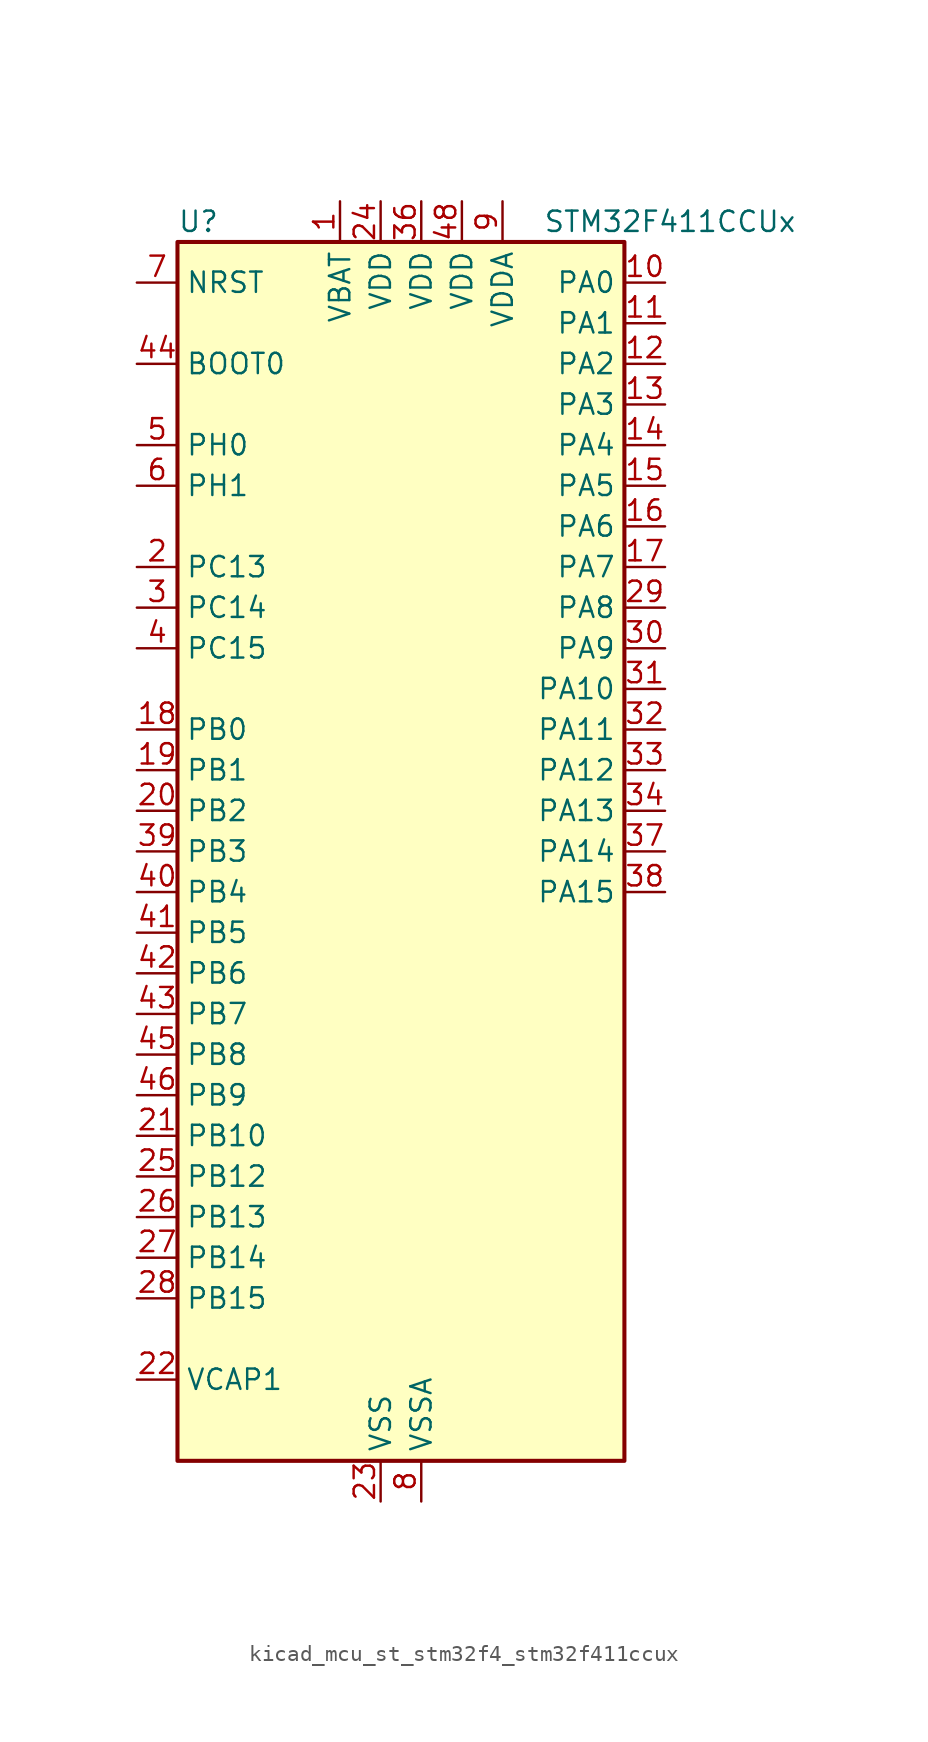
<source format=kicad_sym>
(kicad_symbol_lib
  (version 20220914)
  (generator kicad_symbol_editor)
  (symbol "kicad_mcu_st_stm32f4_stm32f411ccux"
    (property "Reference" "U"
      (at -12.7 39.37 0)
      (effects (font (size 1.27 1.27)) (justify left)))
    (property "Value" "STM32F411CCUx"
      (at 10.16 39.37 0)
      (effects (font (size 1.27 1.27)) (justify left)))
    (property "ki_locked" ""
      (at 0 0 0)
      (effects (font (size 1.27 1.27))))
    (symbol "kicad_mcu_st_stm32f4_stm32f411ccux_0_1"
      (rectangle (start -12.7 -38.1) (end 15.24 38.1) (stroke (width 0.254) (type default)) (fill (type background))))
    (symbol "kicad_mcu_st_stm32f4_stm32f411ccux_1_1"
      (pin power_in line (at -2.54 40.64 270) (length 2.54) (name "VBAT" (effects (font (size 1.27 1.27)))) (number "1" (effects (font (size 1.27 1.27)))))
      (pin bidirectional line (at 17.78 35.56 180) (length 2.54) (name "PA0" (effects (font (size 1.27 1.27)))) (number "10" (effects (font (size 1.27 1.27)))) (alternate "ADC1_IN0" bidirectional line) (alternate "SYS_WKUP" bidirectional line) (alternate "TIM2_CH1" bidirectional line) (alternate "TIM2_ETR" bidirectional line) (alternate "TIM5_CH1" bidirectional line) (alternate "USART2_CTS" bidirectional line))
      (pin bidirectional line (at 17.78 33.02 180) (length 2.54) (name "PA1" (effects (font (size 1.27 1.27)))) (number "11" (effects (font (size 1.27 1.27)))) (alternate "ADC1_IN1" bidirectional line) (alternate "I2S4_SD" bidirectional line) (alternate "SPI4_MOSI" bidirectional line) (alternate "TIM2_CH2" bidirectional line) (alternate "TIM5_CH2" bidirectional line) (alternate "USART2_RTS" bidirectional line))
      (pin bidirectional line (at 17.78 30.48 180) (length 2.54) (name "PA2" (effects (font (size 1.27 1.27)))) (number "12" (effects (font (size 1.27 1.27)))) (alternate "ADC1_IN2" bidirectional line) (alternate "I2S_CKIN" bidirectional line) (alternate "TIM2_CH3" bidirectional line) (alternate "TIM5_CH3" bidirectional line) (alternate "TIM9_CH1" bidirectional line) (alternate "USART2_TX" bidirectional line))
      (pin bidirectional line (at 17.78 27.94 180) (length 2.54) (name "PA3" (effects (font (size 1.27 1.27)))) (number "13" (effects (font (size 1.27 1.27)))) (alternate "ADC1_IN3" bidirectional line) (alternate "I2S2_MCK" bidirectional line) (alternate "TIM2_CH4" bidirectional line) (alternate "TIM5_CH4" bidirectional line) (alternate "TIM9_CH2" bidirectional line) (alternate "USART2_RX" bidirectional line))
      (pin bidirectional line (at 17.78 25.4 180) (length 2.54) (name "PA4" (effects (font (size 1.27 1.27)))) (number "14" (effects (font (size 1.27 1.27)))) (alternate "ADC1_IN4" bidirectional line) (alternate "I2S1_WS" bidirectional line) (alternate "I2S3_WS" bidirectional line) (alternate "SPI1_NSS" bidirectional line) (alternate "SPI3_NSS" bidirectional line) (alternate "USART2_CK" bidirectional line))
      (pin bidirectional line (at 17.78 22.86 180) (length 2.54) (name "PA5" (effects (font (size 1.27 1.27)))) (number "15" (effects (font (size 1.27 1.27)))) (alternate "ADC1_IN5" bidirectional line) (alternate "I2S1_CK" bidirectional line) (alternate "SPI1_SCK" bidirectional line) (alternate "TIM2_CH1" bidirectional line) (alternate "TIM2_ETR" bidirectional line))
      (pin bidirectional line (at 17.78 20.32 180) (length 2.54) (name "PA6" (effects (font (size 1.27 1.27)))) (number "16" (effects (font (size 1.27 1.27)))) (alternate "ADC1_IN6" bidirectional line) (alternate "I2S2_MCK" bidirectional line) (alternate "SDIO_CMD" bidirectional line) (alternate "SPI1_MISO" bidirectional line) (alternate "TIM1_BKIN" bidirectional line) (alternate "TIM3_CH1" bidirectional line))
      (pin bidirectional line (at 17.78 17.78 180) (length 2.54) (name "PA7" (effects (font (size 1.27 1.27)))) (number "17" (effects (font (size 1.27 1.27)))) (alternate "ADC1_IN7" bidirectional line) (alternate "I2S1_SD" bidirectional line) (alternate "SPI1_MOSI" bidirectional line) (alternate "TIM1_CH1N" bidirectional line) (alternate "TIM3_CH2" bidirectional line))
      (pin bidirectional line (at -15.24 7.62 0) (length 2.54) (name "PB0" (effects (font (size 1.27 1.27)))) (number "18" (effects (font (size 1.27 1.27)))) (alternate "ADC1_IN8" bidirectional line) (alternate "I2S5_CK" bidirectional line) (alternate "SPI5_SCK" bidirectional line) (alternate "TIM1_CH2N" bidirectional line) (alternate "TIM3_CH3" bidirectional line))
      (pin bidirectional line (at -15.24 5.08 0) (length 2.54) (name "PB1" (effects (font (size 1.27 1.27)))) (number "19" (effects (font (size 1.27 1.27)))) (alternate "ADC1_IN9" bidirectional line) (alternate "I2S5_WS" bidirectional line) (alternate "SPI5_NSS" bidirectional line) (alternate "TIM1_CH3N" bidirectional line) (alternate "TIM3_CH4" bidirectional line))
      (pin bidirectional line (at -15.24 17.78 0) (length 2.54) (name "PC13" (effects (font (size 1.27 1.27)))) (number "2" (effects (font (size 1.27 1.27)))) (alternate "RTC_AF1" bidirectional line))
      (pin bidirectional line (at -15.24 2.54 0) (length 2.54) (name "PB2" (effects (font (size 1.27 1.27)))) (number "20" (effects (font (size 1.27 1.27)))))
      (pin bidirectional line (at -15.24 -17.78 0) (length 2.54) (name "PB10" (effects (font (size 1.27 1.27)))) (number "21" (effects (font (size 1.27 1.27)))) (alternate "I2C2_SCL" bidirectional line) (alternate "I2S2_CK" bidirectional line) (alternate "I2S3_MCK" bidirectional line) (alternate "SDIO_D7" bidirectional line) (alternate "SPI2_SCK" bidirectional line) (alternate "TIM2_CH3" bidirectional line))
      (pin power_out line (at -15.24 -33.02 0) (length 2.54) (name "VCAP1" (effects (font (size 1.27 1.27)))) (number "22" (effects (font (size 1.27 1.27)))))
      (pin power_in line (at 0 -40.64 90) (length 2.54) (name "VSS" (effects (font (size 1.27 1.27)))) (number "23" (effects (font (size 1.27 1.27)))))
      (pin power_in line (at 0 40.64 270) (length 2.54) (name "VDD" (effects (font (size 1.27 1.27)))) (number "24" (effects (font (size 1.27 1.27)))))
      (pin bidirectional line (at -15.24 -20.32 0) (length 2.54) (name "PB12" (effects (font (size 1.27 1.27)))) (number "25" (effects (font (size 1.27 1.27)))) (alternate "I2C2_SMBA" bidirectional line) (alternate "I2S2_WS" bidirectional line) (alternate "I2S3_CK" bidirectional line) (alternate "I2S4_WS" bidirectional line) (alternate "SPI2_NSS" bidirectional line) (alternate "SPI3_SCK" bidirectional line) (alternate "SPI4_NSS" bidirectional line) (alternate "TIM1_BKIN" bidirectional line))
      (pin bidirectional line (at -15.24 -22.86 0) (length 2.54) (name "PB13" (effects (font (size 1.27 1.27)))) (number "26" (effects (font (size 1.27 1.27)))) (alternate "I2S2_CK" bidirectional line) (alternate "I2S4_CK" bidirectional line) (alternate "SPI2_SCK" bidirectional line) (alternate "SPI4_SCK" bidirectional line) (alternate "TIM1_CH1N" bidirectional line))
      (pin bidirectional line (at -15.24 -25.4 0) (length 2.54) (name "PB14" (effects (font (size 1.27 1.27)))) (number "27" (effects (font (size 1.27 1.27)))) (alternate "I2S2_ext_SD" bidirectional line) (alternate "SDIO_D6" bidirectional line) (alternate "SPI2_MISO" bidirectional line) (alternate "TIM1_CH2N" bidirectional line))
      (pin bidirectional line (at -15.24 -27.94 0) (length 2.54) (name "PB15" (effects (font (size 1.27 1.27)))) (number "28" (effects (font (size 1.27 1.27)))) (alternate "ADC1_EXTI15" bidirectional line) (alternate "I2S2_SD" bidirectional line) (alternate "RTC_REFIN" bidirectional line) (alternate "SDIO_CK" bidirectional line) (alternate "SPI2_MOSI" bidirectional line) (alternate "TIM1_CH3N" bidirectional line))
      (pin bidirectional line (at 17.78 15.24 180) (length 2.54) (name "PA8" (effects (font (size 1.27 1.27)))) (number "29" (effects (font (size 1.27 1.27)))) (alternate "I2C3_SCL" bidirectional line) (alternate "RCC_MCO_1" bidirectional line) (alternate "SDIO_D1" bidirectional line) (alternate "TIM1_CH1" bidirectional line) (alternate "USART1_CK" bidirectional line) (alternate "USB_OTG_FS_SOF" bidirectional line))
      (pin bidirectional line (at -15.24 15.24 0) (length 2.54) (name "PC14" (effects (font (size 1.27 1.27)))) (number "3" (effects (font (size 1.27 1.27)))) (alternate "RCC_OSC32_IN" bidirectional line))
      (pin bidirectional line (at 17.78 12.7 180) (length 2.54) (name "PA9" (effects (font (size 1.27 1.27)))) (number "30" (effects (font (size 1.27 1.27)))) (alternate "I2C3_SMBA" bidirectional line) (alternate "SDIO_D2" bidirectional line) (alternate "TIM1_CH2" bidirectional line) (alternate "USART1_TX" bidirectional line) (alternate "USB_OTG_FS_VBUS" bidirectional line))
      (pin bidirectional line (at 17.78 10.16 180) (length 2.54) (name "PA10" (effects (font (size 1.27 1.27)))) (number "31" (effects (font (size 1.27 1.27)))) (alternate "I2S5_SD" bidirectional line) (alternate "SPI5_MOSI" bidirectional line) (alternate "TIM1_CH3" bidirectional line) (alternate "USART1_RX" bidirectional line) (alternate "USB_OTG_FS_ID" bidirectional line))
      (pin bidirectional line (at 17.78 7.62 180) (length 2.54) (name "PA11" (effects (font (size 1.27 1.27)))) (number "32" (effects (font (size 1.27 1.27)))) (alternate "ADC1_EXTI11" bidirectional line) (alternate "SPI4_MISO" bidirectional line) (alternate "TIM1_CH4" bidirectional line) (alternate "USART1_CTS" bidirectional line) (alternate "USART6_TX" bidirectional line) (alternate "USB_OTG_FS_DM" bidirectional line))
      (pin bidirectional line (at 17.78 5.08 180) (length 2.54) (name "PA12" (effects (font (size 1.27 1.27)))) (number "33" (effects (font (size 1.27 1.27)))) (alternate "SPI5_MISO" bidirectional line) (alternate "TIM1_ETR" bidirectional line) (alternate "USART1_RTS" bidirectional line) (alternate "USART6_RX" bidirectional line) (alternate "USB_OTG_FS_DP" bidirectional line))
      (pin bidirectional line (at 17.78 2.54 180) (length 2.54) (name "PA13" (effects (font (size 1.27 1.27)))) (number "34" (effects (font (size 1.27 1.27)))) (alternate "SYS_JTMS-SWDIO" bidirectional line))
      (pin passive line (at 0 -40.64 90) (length 2.54) hide (name "VSS" (effects (font (size 1.27 1.27)))) (number "35" (effects (font (size 1.27 1.27)))))
      (pin power_in line (at 2.54 40.64 270) (length 2.54) (name "VDD" (effects (font (size 1.27 1.27)))) (number "36" (effects (font (size 1.27 1.27)))))
      (pin bidirectional line (at 17.78 0 180) (length 2.54) (name "PA14" (effects (font (size 1.27 1.27)))) (number "37" (effects (font (size 1.27 1.27)))) (alternate "SYS_JTCK-SWCLK" bidirectional line))
      (pin bidirectional line (at 17.78 -2.54 180) (length 2.54) (name "PA15" (effects (font (size 1.27 1.27)))) (number "38" (effects (font (size 1.27 1.27)))) (alternate "ADC1_EXTI15" bidirectional line) (alternate "I2S1_WS" bidirectional line) (alternate "I2S3_WS" bidirectional line) (alternate "SPI1_NSS" bidirectional line) (alternate "SPI3_NSS" bidirectional line) (alternate "SYS_JTDI" bidirectional line) (alternate "TIM2_CH1" bidirectional line) (alternate "TIM2_ETR" bidirectional line) (alternate "USART1_TX" bidirectional line))
      (pin bidirectional line (at -15.24 0 0) (length 2.54) (name "PB3" (effects (font (size 1.27 1.27)))) (number "39" (effects (font (size 1.27 1.27)))) (alternate "I2C2_SDA" bidirectional line) (alternate "I2S1_CK" bidirectional line) (alternate "I2S3_CK" bidirectional line) (alternate "SPI1_SCK" bidirectional line) (alternate "SPI3_SCK" bidirectional line) (alternate "SYS_JTDO-SWO" bidirectional line) (alternate "TIM2_CH2" bidirectional line) (alternate "USART1_RX" bidirectional line))
      (pin bidirectional line (at -15.24 12.7 0) (length 2.54) (name "PC15" (effects (font (size 1.27 1.27)))) (number "4" (effects (font (size 1.27 1.27)))) (alternate "ADC1_EXTI15" bidirectional line) (alternate "RCC_OSC32_OUT" bidirectional line))
      (pin bidirectional line (at -15.24 -2.54 0) (length 2.54) (name "PB4" (effects (font (size 1.27 1.27)))) (number "40" (effects (font (size 1.27 1.27)))) (alternate "I2C3_SDA" bidirectional line) (alternate "I2S3_ext_SD" bidirectional line) (alternate "SDIO_D0" bidirectional line) (alternate "SPI1_MISO" bidirectional line) (alternate "SPI3_MISO" bidirectional line) (alternate "SYS_JTRST" bidirectional line) (alternate "TIM3_CH1" bidirectional line))
      (pin bidirectional line (at -15.24 -5.08 0) (length 2.54) (name "PB5" (effects (font (size 1.27 1.27)))) (number "41" (effects (font (size 1.27 1.27)))) (alternate "I2C1_SMBA" bidirectional line) (alternate "I2S1_SD" bidirectional line) (alternate "I2S3_SD" bidirectional line) (alternate "SDIO_D3" bidirectional line) (alternate "SPI1_MOSI" bidirectional line) (alternate "SPI3_MOSI" bidirectional line) (alternate "TIM3_CH2" bidirectional line))
      (pin bidirectional line (at -15.24 -7.62 0) (length 2.54) (name "PB6" (effects (font (size 1.27 1.27)))) (number "42" (effects (font (size 1.27 1.27)))) (alternate "I2C1_SCL" bidirectional line) (alternate "TIM4_CH1" bidirectional line) (alternate "USART1_TX" bidirectional line))
      (pin bidirectional line (at -15.24 -10.16 0) (length 2.54) (name "PB7" (effects (font (size 1.27 1.27)))) (number "43" (effects (font (size 1.27 1.27)))) (alternate "I2C1_SDA" bidirectional line) (alternate "SDIO_D0" bidirectional line) (alternate "TIM4_CH2" bidirectional line) (alternate "USART1_RX" bidirectional line))
      (pin input line (at -15.24 30.48 0) (length 2.54) (name "BOOT0" (effects (font (size 1.27 1.27)))) (number "44" (effects (font (size 1.27 1.27)))))
      (pin bidirectional line (at -15.24 -12.7 0) (length 2.54) (name "PB8" (effects (font (size 1.27 1.27)))) (number "45" (effects (font (size 1.27 1.27)))) (alternate "I2C1_SCL" bidirectional line) (alternate "I2C3_SDA" bidirectional line) (alternate "I2S5_SD" bidirectional line) (alternate "SDIO_D4" bidirectional line) (alternate "SPI5_MOSI" bidirectional line) (alternate "TIM10_CH1" bidirectional line) (alternate "TIM4_CH3" bidirectional line))
      (pin bidirectional line (at -15.24 -15.24 0) (length 2.54) (name "PB9" (effects (font (size 1.27 1.27)))) (number "46" (effects (font (size 1.27 1.27)))) (alternate "I2C1_SDA" bidirectional line) (alternate "I2C2_SDA" bidirectional line) (alternate "I2S2_WS" bidirectional line) (alternate "SDIO_D5" bidirectional line) (alternate "SPI2_NSS" bidirectional line) (alternate "TIM11_CH1" bidirectional line) (alternate "TIM4_CH4" bidirectional line))
      (pin passive line (at 0 -40.64 90) (length 2.54) hide (name "VSS" (effects (font (size 1.27 1.27)))) (number "47" (effects (font (size 1.27 1.27)))))
      (pin power_in line (at 5.08 40.64 270) (length 2.54) (name "VDD" (effects (font (size 1.27 1.27)))) (number "48" (effects (font (size 1.27 1.27)))))
      (pin passive line (at 0 -40.64 90) (length 2.54) hide (name "VSS" (effects (font (size 1.27 1.27)))) (number "49" (effects (font (size 1.27 1.27)))))
      (pin bidirectional line (at -15.24 25.4 0) (length 2.54) (name "PH0" (effects (font (size 1.27 1.27)))) (number "5" (effects (font (size 1.27 1.27)))) (alternate "RCC_OSC_IN" bidirectional line))
      (pin bidirectional line (at -15.24 22.86 0) (length 2.54) (name "PH1" (effects (font (size 1.27 1.27)))) (number "6" (effects (font (size 1.27 1.27)))) (alternate "RCC_OSC_OUT" bidirectional line))
      (pin input line (at -15.24 35.56 0) (length 2.54) (name "NRST" (effects (font (size 1.27 1.27)))) (number "7" (effects (font (size 1.27 1.27)))))
      (pin power_in line (at 2.54 -40.64 90) (length 2.54) (name "VSSA" (effects (font (size 1.27 1.27)))) (number "8" (effects (font (size 1.27 1.27)))))
      (pin power_in line (at 7.62 40.64 270) (length 2.54) (name "VDDA" (effects (font (size 1.27 1.27)))) (number "9" (effects (font (size 1.27 1.27))))))))
</source>
